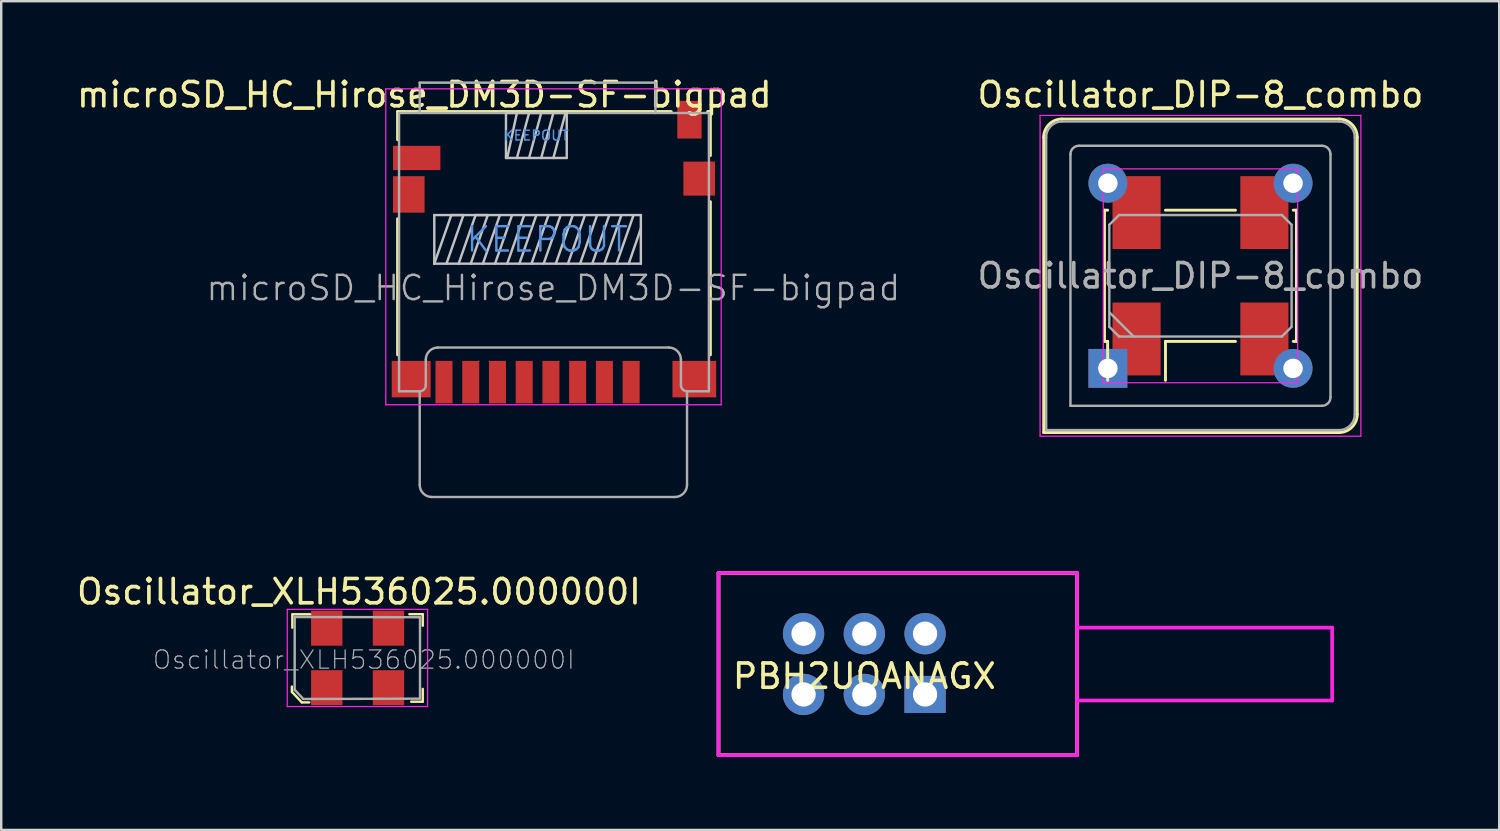
<source format=kicad_pcb>
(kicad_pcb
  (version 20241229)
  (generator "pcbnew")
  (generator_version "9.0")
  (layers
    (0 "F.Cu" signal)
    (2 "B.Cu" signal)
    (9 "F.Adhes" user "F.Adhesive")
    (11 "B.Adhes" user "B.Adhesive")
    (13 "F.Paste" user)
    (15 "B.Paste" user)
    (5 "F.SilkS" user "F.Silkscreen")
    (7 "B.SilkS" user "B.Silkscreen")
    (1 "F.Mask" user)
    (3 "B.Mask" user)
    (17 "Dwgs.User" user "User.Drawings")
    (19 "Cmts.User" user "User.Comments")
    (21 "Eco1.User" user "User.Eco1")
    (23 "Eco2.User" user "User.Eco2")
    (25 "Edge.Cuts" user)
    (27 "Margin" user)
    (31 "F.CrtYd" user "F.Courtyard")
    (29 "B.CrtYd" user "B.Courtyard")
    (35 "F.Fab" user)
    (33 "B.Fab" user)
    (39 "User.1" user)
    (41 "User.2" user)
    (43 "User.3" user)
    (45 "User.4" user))
  (footprint "PBH2UOANAGX"
    (layer "F.Cu")
    (at 32.515 24.275)
    (property "Reference" "PBH2UOANAGX" (at 0 0.5 0) (layer "F.SilkS") (effects (font (size 1 1) (thickness 0.15))))
    (attr through_hole)
    (fp_line (start -6 3.75) (end -6 -3.75) (stroke (width 0.15) (type solid)) (layer "F.SilkS"))
    (fp_line (start 8.75 -3.75) (end -6 -3.75) (stroke (width 0.15) (type solid)) (layer "F.SilkS"))
    (fp_line (start 8.75 3.75) (end -6 3.75) (stroke (width 0.15) (type solid)) (layer "F.SilkS"))
    (fp_line (start 8.75 3.75) (end 8.75 -3.75) (stroke (width 0.15) (type solid)) (layer "F.SilkS"))
    (fp_line (start -6 -3.75) (end 8.75 -3.75) (stroke (width 0.15) (type solid)) (layer "F.CrtYd"))
    (fp_line (start -6 3.75) (end -6 -3.75) (stroke (width 0.15) (type solid)) (layer "F.CrtYd"))
    (fp_line (start 8.75 -3.75) (end 8.75 3.75) (stroke (width 0.15) (type solid)) (layer "F.CrtYd"))
    (fp_line (start 8.75 -1.5) (end 19.25 -1.5) (stroke (width 0.15) (type solid)) (layer "F.CrtYd"))
    (fp_line (start 8.75 3.75) (end -6 3.75) (stroke (width 0.15) (type solid)) (layer "F.CrtYd"))
    (fp_line (start 19.25 -1.5) (end 19.25 1.5) (stroke (width 0.15) (type solid)) (layer "F.CrtYd"))
    (fp_line (start 19.25 1.5) (end 8.75 1.5) (stroke (width 0.15) (type solid)) (layer "F.CrtYd"))
    (pad "1" thru_hole rect (at 2.5 1.25) (size 1.7 1.524) (drill 1) (layers "*.Cu" "*.Mask"))
    (pad "2" thru_hole circle (at 0 1.25) (size 1.7 1.7) (drill 1) (layers "*.Cu" "*.Mask"))
    (pad "3" thru_hole circle (at -2.5 1.25) (size 1.7 1.7) (drill 1) (layers "*.Cu" "*.Mask"))
    (pad "4" thru_hole circle (at 2.5 -1.25) (size 1.7 1.7) (drill 1) (layers "*.Cu" "*.Mask"))
    (pad "5" thru_hole circle (at 0 -1.25) (size 1.7 1.7) (drill 1) (layers "*.Cu" "*.Mask"))
    (pad "6" thru_hole circle (at -2.5 -1.25) (size 1.7 1.7) (drill 1) (layers "*.Cu" "*.Mask")))
  (footprint "Oscillator_DIP-8_combo"
    (layer "F.Cu")
    (at 42.537 12.108)
    (property "Reference" "Oscillator_DIP-8_combo" (at 3.81 -11.26 0) (layer "F.SilkS") (effects (font (size 1 1) (thickness 0.15))))
    (attr through_hole)
    (fp_line (start -2.64 -9.51) (end -2.64 2.64) (stroke (width 0.12) (type solid)) (layer "F.SilkS"))
    (fp_line (start -2.64 2.64) (end 9.51 2.64) (stroke (width 0.12) (type solid)) (layer "F.SilkS"))
    (fp_line (start -0.14 -6.51) (end -0.01 -6.51) (stroke (width 0.12) (type solid)) (layer "F.SilkS"))
    (fp_line (start -0.14 -1.11) (end -0.14 -6.51) (stroke (width 0.12) (type solid)) (layer "F.SilkS"))
    (fp_line (start -0.01 -1.11) (end -0.14 -1.11) (stroke (width 0.12) (type solid)) (layer "F.SilkS"))
    (fp_line (start -0.01 0.49) (end -0.01 -1.11) (stroke (width 0.12) (type solid)) (layer "F.SilkS"))
    (fp_line (start 2.37 -6.51) (end 5.25 -6.51) (stroke (width 0.12) (type solid)) (layer "F.SilkS"))
    (fp_line (start 2.37 -1.11) (end 2.37 0.49) (stroke (width 0.12) (type solid)) (layer "F.SilkS"))
    (fp_line (start 5.25 -1.11) (end 2.37 -1.11) (stroke (width 0.12) (type solid)) (layer "F.SilkS"))
    (fp_line (start 7.63 -6.51) (end 7.76 -6.51) (stroke (width 0.12) (type solid)) (layer "F.SilkS"))
    (fp_line (start 7.76 -6.51) (end 7.76 -1.11) (stroke (width 0.12) (type solid)) (layer "F.SilkS"))
    (fp_line (start 7.76 -1.11) (end 7.63 -1.11) (stroke (width 0.12) (type solid)) (layer "F.SilkS"))
    (fp_line (start 9.51 -10.26) (end -1.89 -10.26) (stroke (width 0.12) (type solid)) (layer "F.SilkS"))
    (fp_line (start 10.26 1.89) (end 10.26 -9.51) (stroke (width 0.12) (type solid)) (layer "F.SilkS"))
    (fp_arc (start -2.64 -9.51) (mid -2.42033 -10.04033) (end -1.89 -10.26) (stroke (width 0.12) (type solid)) (layer "F.SilkS"))
    (fp_arc (start 9.51 -10.26) (mid 10.04033 -10.04033) (end 10.26 -9.51) (stroke (width 0.12) (type solid)) (layer "F.SilkS"))
    (fp_arc (start 10.26 1.89) (mid 10.04033 2.42033) (end 9.51 2.64) (stroke (width 0.12) (type solid)) (layer "F.SilkS"))
    (fp_line (start -2.79 -10.41) (end -2.79 2.79) (stroke (width 0.05) (type solid)) (layer "F.CrtYd"))
    (fp_line (start -2.79 2.79) (end 10.41 2.79) (stroke (width 0.05) (type solid)) (layer "F.CrtYd"))
    (fp_line (start -0.19 -8.21) (end -0.19 0.59) (stroke (width 0.05) (type solid)) (layer "F.CrtYd"))
    (fp_line (start -0.19 0.59) (end 7.81 0.59) (stroke (width 0.05) (type solid)) (layer "F.CrtYd"))
    (fp_line (start 7.81 -8.21) (end -0.19 -8.21) (stroke (width 0.05) (type solid)) (layer "F.CrtYd"))
    (fp_line (start 7.81 0.59) (end 7.81 -8.21) (stroke (width 0.05) (type solid)) (layer "F.CrtYd"))
    (fp_line (start 10.41 -10.41) (end -2.79 -10.41) (stroke (width 0.05) (type solid)) (layer "F.CrtYd"))
    (fp_line (start 10.41 2.79) (end 10.41 -10.41) (stroke (width 0.05) (type solid)) (layer "F.CrtYd"))
    (fp_line (start -2.54 2.54) (end -2.54 -9.51) (stroke (width 0.1) (type solid)) (layer "F.Fab"))
    (fp_line (start -2.54 2.54) (end 9.51 2.54) (stroke (width 0.1) (type solid)) (layer "F.Fab"))
    (fp_line (start -1.89 -10.16) (end 9.51 -10.16) (stroke (width 0.1) (type solid)) (layer "F.Fab"))
    (fp_line (start -1.54 1.54) (end -1.54 -8.81) (stroke (width 0.1) (type solid)) (layer "F.Fab"))
    (fp_line (start -1.54 1.54) (end 8.81 1.54) (stroke (width 0.1) (type solid)) (layer "F.Fab"))
    (fp_line (start -1.19 -9.16) (end 8.81 -9.16) (stroke (width 0.1) (type solid)) (layer "F.Fab"))
    (fp_line (start 0.06 -5.91) (end 0.46 -6.31) (stroke (width 0.1) (type solid)) (layer "F.Fab"))
    (fp_line (start 0.06 -2.31) (end 1.06 -1.31) (stroke (width 0.1) (type solid)) (layer "F.Fab"))
    (fp_line (start 0.06 -1.71) (end 0.06 -5.91) (stroke (width 0.1) (type solid)) (layer "F.Fab"))
    (fp_line (start 0.46 -6.31) (end 7.16 -6.31) (stroke (width 0.1) (type solid)) (layer "F.Fab"))
    (fp_line (start 0.46 -1.31) (end 0.06 -1.71) (stroke (width 0.1) (type solid)) (layer "F.Fab"))
    (fp_line (start 7.16 -6.31) (end 7.56 -5.91) (stroke (width 0.1) (type solid)) (layer "F.Fab"))
    (fp_line (start 7.16 -1.31) (end 0.46 -1.31) (stroke (width 0.1) (type solid)) (layer "F.Fab"))
    (fp_line (start 7.56 -5.91) (end 7.56 -1.71) (stroke (width 0.1) (type solid)) (layer "F.Fab"))
    (fp_line (start 7.56 -1.71) (end 7.16 -1.31) (stroke (width 0.1) (type solid)) (layer "F.Fab"))
    (fp_line (start 9.16 1.19) (end 9.16 -8.81) (stroke (width 0.1) (type solid)) (layer "F.Fab"))
    (fp_line (start 10.16 -9.51) (end 10.16 1.89) (stroke (width 0.1) (type solid)) (layer "F.Fab"))
    (fp_arc (start -2.54 -9.51) (mid -2.349619 -9.969619) (end -1.89 -10.16) (stroke (width 0.1) (type solid)) (layer "F.Fab"))
    (fp_arc (start -1.54 -8.81) (mid -1.437487 -9.057487) (end -1.19 -9.16) (stroke (width 0.1) (type solid)) (layer "F.Fab"))
    (fp_arc (start 8.81 -9.16) (mid 9.057487 -9.057487) (end 9.16 -8.81) (stroke (width 0.1) (type solid)) (layer "F.Fab"))
    (fp_arc (start 9.16 1.19) (mid 9.057487 1.437487) (end 8.81 1.54) (stroke (width 0.1) (type solid)) (layer "F.Fab"))
    (fp_arc (start 9.51 -10.16) (mid 9.969619 -9.969619) (end 10.16 -9.51) (stroke (width 0.1) (type solid)) (layer "F.Fab"))
    (fp_arc (start 10.16 1.89) (mid 9.969619 2.349619) (end 9.51 2.54) (stroke (width 0.1) (type solid)) (layer "F.Fab"))
    (fp_text user "${REFERENCE}" (at 3.81 -3.81 0) (layer "F.Fab") (effects (font (size 1 1) (thickness 0.15))))
    (pad "1" thru_hole rect (at 0 0) (size 1.6 1.6) (drill 0.8) (layers "*.Cu" "*.Mask"))
    (pad "1" smd rect (at 1.18 -1.21) (size 1.98 3) (layers "F.Cu" "F.Mask" "F.Paste"))
    (pad "4" smd rect (at 6.44 -1.21) (size 1.98 3) (layers "F.Cu" "F.Mask" "F.Paste"))
    (pad "4" thru_hole circle (at 7.62 0) (size 1.6 1.6) (drill 0.8) (layers "*.Cu" "*.Mask"))
    (pad "5" smd rect (at 6.44 -6.41) (size 1.98 3) (layers "F.Cu" "F.Mask" "F.Paste"))
    (pad "5" thru_hole circle (at 7.62 -7.62) (size 1.6 1.6) (drill 0.8) (layers "*.Cu" "*.Mask"))
    (pad "8" thru_hole circle (at 0 -7.62) (size 1.6 1.6) (drill 0.8) (layers "*.Cu" "*.Mask"))
    (pad "8" smd rect (at 1.18 -6.41) (size 1.98 3) (layers "F.Cu" "F.Mask" "F.Paste")))
  (footprint "Oscillator_XLH536025.000000I"
    (layer "F.Cu")
    (at 10.395 25.148)
    (property "Reference" "Oscillator_XLH536025.000000I" (at 1.325 -3.85 0) (layer "F.SilkS") (effects (font (size 1 1) (thickness 0.15))))
    (attr smd)
    (fp_line (start -1.435 0.278) (end -1.435 0.053) (stroke (width 0.1) (type solid)) (layer "F.SilkS"))
    (fp_line (start -1.426 0.279) (end -1.026 0.704) (stroke (width 0.1) (type solid)) (layer "F.SilkS"))
    (fp_line (start -1.415 -2.372) (end -1.415 -2.922) (stroke (width 0.1) (type solid)) (layer "F.SilkS"))
    (fp_line (start -1.026 0.704) (end -0.719 0.704) (stroke (width 0.1) (type solid)) (layer "F.SilkS"))
    (fp_line (start -0.681 -2.921) (end -1.406 -2.921) (stroke (width 0.1) (type solid)) (layer "F.SilkS"))
    (fp_line (start 3.4 -2.925) (end 3.95 -2.925) (stroke (width 0.1) (type solid)) (layer "F.SilkS"))
    (fp_line (start 3.95 -2.925) (end 3.95 -2.45) (stroke (width 0.1) (type solid)) (layer "F.SilkS"))
    (fp_line (start 3.95 0.15) (end 3.95 0.675) (stroke (width 0.1) (type solid)) (layer "F.SilkS"))
    (fp_line (start 3.95 0.675) (end 3.475 0.675) (stroke (width 0.1) (type solid)) (layer "F.SilkS"))
    (fp_line (start -1.625 -3.125) (end 4.15 -3.125) (stroke (width 0.05) (type solid)) (layer "F.CrtYd"))
    (fp_line (start -1.625 0.875) (end -1.625 -3.125) (stroke (width 0.05) (type solid)) (layer "F.CrtYd"))
    (fp_line (start 4.15 -3.125) (end 4.15 0.875) (stroke (width 0.05) (type solid)) (layer "F.CrtYd"))
    (fp_line (start 4.15 0.875) (end -1.625 0.875) (stroke (width 0.05) (type solid)) (layer "F.CrtYd"))
    (fp_line (start -1.321 0.201) (end -1.318 -2.812) (stroke (width 0.1) (type solid)) (layer "F.Fab"))
    (fp_line (start -1.32 0.184) (end -0.97 0.559) (stroke (width 0.1) (type solid)) (layer "F.Fab"))
    (fp_line (start -1.303 -2.809) (end 3.837 -2.8) (stroke (width 0.1) (type solid)) (layer "F.Fab"))
    (fp_line (start -0.973 0.564) (end 3.837 0.55) (stroke (width 0.1) (type solid)) (layer "F.Fab"))
    (fp_line (start 3.837 -2.8) (end 3.837 0.55) (stroke (width 0.1) (type solid)) (layer "F.Fab"))
    (fp_text user "${REFERENCE}" (at 1.525 -1.05 0) (layer "F.Fab") (effects (font (size 0.75 0.75) (thickness 0.05))))
    (pad "1" smd rect (at 0 0.1) (size 1.29 1.44) (layers "F.Cu" "F.Mask" "F.Paste"))
    (pad "2" smd rect (at 2.54 0.1) (size 1.29 1.44) (layers "F.Cu" "F.Mask" "F.Paste"))
    (pad "3" smd rect (at 2.54 -2.35) (size 1.29 1.44) (layers "F.Cu" "F.Mask" "F.Paste"))
    (pad "4" smd rect (at 0 -2.35) (size 1.29 1.44) (layers "F.Cu" "F.Mask" "F.Paste")))
  (footprint "microSD_HC_Hirose_DM3D-SF-bigpad"
    (layer "F.Cu")
    (at 19.745 7.325)
    (property "Reference" "microSD_HC_Hirose_DM3D-SF-bigpad" (at -5.334 -6.477 0) (layer "F.SilkS") (effects (font (size 1 1) (thickness 0.15))))
    (attr smd)
    (fp_line (start -6.435 -5.785) (end 4.825 -5.785) (stroke (width 0.12) (type solid)) (layer "F.SilkS"))
    (fp_line (start -6.435 -4.625) (end -6.435 -5.785) (stroke (width 0.12) (type solid)) (layer "F.SilkS"))
    (fp_line (start -6.435 -1.375) (end -6.435 4.225) (stroke (width 0.12) (type solid)) (layer "F.SilkS"))
    (fp_line (start 6.325 -5.785) (end 6.435 -5.785) (stroke (width 0.12) (type solid)) (layer "F.SilkS"))
    (fp_line (start 6.435 -5.785) (end 6.435 -3.975) (stroke (width 0.12) (type solid)) (layer "F.SilkS"))
    (fp_line (start 6.435 -2.075) (end 6.435 4.225) (stroke (width 0.12) (type solid)) (layer "F.SilkS"))
    (fp_line (start -4.925 -1.525) (end -4.925 0.475) (stroke (width 0.1) (type solid)) (layer "Dwgs.User"))
    (fp_line (start -4.925 -1.525) (end 3.575 -1.525) (stroke (width 0.1) (type solid)) (layer "Dwgs.User"))
    (fp_line (start -4.925 0.475) (end -4.225 -1.525) (stroke (width 0.1) (type solid)) (layer "Dwgs.User"))
    (fp_line (start -4.925 0.475) (end 3.575 0.475) (stroke (width 0.1) (type solid)) (layer "Dwgs.User"))
    (fp_line (start -4.425 0.475) (end -3.725 -1.525) (stroke (width 0.1) (type solid)) (layer "Dwgs.User"))
    (fp_line (start -4.225 -1.525) (end -3.725 -1.525) (stroke (width 0.1) (type solid)) (layer "Dwgs.User"))
    (fp_line (start -3.925 0.475) (end -3.225 -1.525) (stroke (width 0.1) (type solid)) (layer "Dwgs.User"))
    (fp_line (start -3.425 0.475) (end -2.725 -1.525) (stroke (width 0.1) (type solid)) (layer "Dwgs.User"))
    (fp_line (start -3.225 -1.525) (end -2.725 -1.525) (stroke (width 0.1) (type solid)) (layer "Dwgs.User"))
    (fp_line (start -2.925 0.475) (end -2.225 -1.525) (stroke (width 0.1) (type solid)) (layer "Dwgs.User"))
    (fp_line (start -2.425 0.475) (end -1.725 -1.525) (stroke (width 0.1) (type solid)) (layer "Dwgs.User"))
    (fp_line (start -1.975 -5.725) (end -1.975 -3.875) (stroke (width 0.1) (type solid)) (layer "Dwgs.User"))
    (fp_line (start -1.925 -3.875) (end -1.525 -5.725) (stroke (width 0.1) (type solid)) (layer "Dwgs.User"))
    (fp_line (start -1.925 0.475) (end -1.225 -1.525) (stroke (width 0.1) (type solid)) (layer "Dwgs.User"))
    (fp_line (start -1.425 0.475) (end -0.725 -1.525) (stroke (width 0.1) (type solid)) (layer "Dwgs.User"))
    (fp_line (start -1.025 -5.725) (end -1.525 -3.875) (stroke (width 0.1) (type solid)) (layer "Dwgs.User"))
    (fp_line (start -1.025 -3.875) (end -0.525 -5.725) (stroke (width 0.1) (type solid)) (layer "Dwgs.User"))
    (fp_line (start -0.925 0.475) (end -0.225 -1.525) (stroke (width 0.1) (type solid)) (layer "Dwgs.User"))
    (fp_line (start -0.425 0.475) (end 0.275 -1.525) (stroke (width 0.1) (type solid)) (layer "Dwgs.User"))
    (fp_line (start -0.025 -5.725) (end -0.525 -3.875) (stroke (width 0.1) (type solid)) (layer "Dwgs.User"))
    (fp_line (start -0.025 -3.875) (end 0.475 -5.725) (stroke (width 0.1) (type solid)) (layer "Dwgs.User"))
    (fp_line (start 0.075 0.475) (end 0.775 -1.525) (stroke (width 0.1) (type solid)) (layer "Dwgs.User"))
    (fp_line (start 0.525 -5.725) (end -1.975 -5.725) (stroke (width 0.1) (type solid)) (layer "Dwgs.User"))
    (fp_line (start 0.525 -3.875) (end -1.975 -3.875) (stroke (width 0.1) (type solid)) (layer "Dwgs.User"))
    (fp_line (start 0.525 -3.875) (end 0.525 -5.725) (stroke (width 0.1) (type solid)) (layer "Dwgs.User"))
    (fp_line (start 0.575 0.475) (end 1.275 -1.525) (stroke (width 0.1) (type solid)) (layer "Dwgs.User"))
    (fp_line (start 1.075 0.475) (end 1.775 -1.525) (stroke (width 0.1) (type solid)) (layer "Dwgs.User"))
    (fp_line (start 1.575 0.475) (end 2.275 -1.525) (stroke (width 0.1) (type solid)) (layer "Dwgs.User"))
    (fp_line (start 2.075 0.475) (end 2.775 -1.525) (stroke (width 0.1) (type solid)) (layer "Dwgs.User"))
    (fp_line (start 2.575 0.475) (end 3.275 -1.525) (stroke (width 0.1) (type solid)) (layer "Dwgs.User"))
    (fp_line (start 3.075 0.475) (end 3.575 -0.975) (stroke (width 0.1) (type solid)) (layer "Dwgs.User"))
    (fp_line (start 3.575 0.475) (end 3.575 -1.525) (stroke (width 0.1) (type solid)) (layer "Dwgs.User"))
    (fp_line (start -6.92 -6.72) (end 6.88 -6.72) (stroke (width 0.05) (type solid)) (layer "F.CrtYd"))
    (fp_line (start -6.92 6.28) (end -6.92 -6.72) (stroke (width 0.05) (type solid)) (layer "F.CrtYd"))
    (fp_line (start 6.88 -6.72) (end 6.88 6.28) (stroke (width 0.05) (type solid)) (layer "F.CrtYd"))
    (fp_line (start 6.88 6.28) (end -6.92 6.28) (stroke (width 0.05) (type solid)) (layer "F.CrtYd"))
    (fp_line (start -6.375 -5.725) (end 6.375 -5.725) (stroke (width 0.1) (type solid)) (layer "F.Fab"))
    (fp_line (start -6.375 5.725) (end -6.375 -5.725) (stroke (width 0.1) (type solid)) (layer "F.Fab"))
    (fp_line (start -6.375 5.725) (end -5.525 5.725) (stroke (width 0.1) (type solid)) (layer "F.Fab"))
    (fp_line (start -5.525 -6.975) (end 4.175 -6.975) (stroke (width 0.1) (type solid)) (layer "F.Fab"))
    (fp_line (start -5.525 -5.725) (end -5.525 -6.975) (stroke (width 0.1) (type solid)) (layer "F.Fab"))
    (fp_line (start -5.525 5.725) (end -5.525 9.575) (stroke (width 0.1) (type solid)) (layer "F.Fab"))
    (fp_line (start -5.275 5.475) (end -5.275 4.425) (stroke (width 0.1) (type solid)) (layer "F.Fab"))
    (fp_line (start -5.025 10.075) (end 4.975 10.075) (stroke (width 0.1) (type solid)) (layer "F.Fab"))
    (fp_line (start -4.775 3.925) (end 4.725 3.925) (stroke (width 0.1) (type solid)) (layer "F.Fab"))
    (fp_line (start 4.175 -5.725) (end 4.175 -6.975) (stroke (width 0.1) (type solid)) (layer "F.Fab"))
    (fp_line (start 5.225 5.475) (end 5.225 4.425) (stroke (width 0.1) (type solid)) (layer "F.Fab"))
    (fp_line (start 5.475 5.725) (end 6.375 5.725) (stroke (width 0.1) (type solid)) (layer "F.Fab"))
    (fp_line (start 5.475 9.575) (end 5.475 5.725) (stroke (width 0.1) (type solid)) (layer "F.Fab"))
    (fp_line (start 6.375 5.725) (end 6.375 -5.725) (stroke (width 0.1) (type solid)) (layer "F.Fab"))
    (fp_arc (start -5.275 4.425) (mid -5.128553 4.071447) (end -4.775 3.925) (stroke (width 0.1) (type solid)) (layer "F.Fab"))
    (fp_arc (start -5.275 5.475) (mid -5.348223 5.651777) (end -5.525 5.725) (stroke (width 0.1) (type solid)) (layer "F.Fab"))
    (fp_arc (start -5.025 10.075) (mid -5.378553 9.928553) (end -5.525 9.575) (stroke (width 0.1) (type solid)) (layer "F.Fab"))
    (fp_arc (start 4.725 3.925) (mid 5.078553 4.071447) (end 5.225 4.425) (stroke (width 0.1) (type solid)) (layer "F.Fab"))
    (fp_arc (start 5.475 5.725) (mid 5.298223 5.651777) (end 5.225 5.475) (stroke (width 0.1) (type solid)) (layer "F.Fab"))
    (fp_arc (start 5.475 9.575) (mid 5.328553 9.928553) (end 4.975 10.075) (stroke (width 0.1) (type solid)) (layer "F.Fab"))
    (fp_text user "KEEPOUT" (at -0.275 -0.525 0) (layer "Cmts.User") (effects (font (size 1 1) (thickness 0.1))))
    (fp_text user "KEEPOUT" (at -0.725 -4.8 0) (layer "Cmts.User") (effects (font (size 0.4 0.4) (thickness 0.06))))
    (fp_text user "${REFERENCE}" (at -0.025 1.475 0) (layer "F.Fab") (effects (font (size 1 1) (thickness 0.1))))
    (pad "1" smd rect (at 3.175 5.35) (size 0.7 1.75) (layers "F.Cu" "F.Mask" "F.Paste"))
    (pad "2" smd rect (at 2.075 5.35) (size 0.7 1.75) (layers "F.Cu" "F.Mask" "F.Paste"))
    (pad "3" smd rect (at 0.975 5.35) (size 0.7 1.75) (layers "F.Cu" "F.Mask" "F.Paste"))
    (pad "4" smd rect (at -0.125 5.35) (size 0.7 1.75) (layers "F.Cu" "F.Mask" "F.Paste"))
    (pad "5" smd rect (at -1.225 5.35) (size 0.7 1.75) (layers "F.Cu" "F.Mask" "F.Paste"))
    (pad "6" smd rect (at -2.325 5.35) (size 0.7 1.75) (layers "F.Cu" "F.Mask" "F.Paste"))
    (pad "7" smd rect (at -3.425 5.35) (size 0.7 1.75) (layers "F.Cu" "F.Mask" "F.Paste"))
    (pad "8" smd rect (at -4.525 5.35) (size 0.7 1.75) (layers "F.Cu" "F.Mask" "F.Paste"))
    (pad "9" smd rect (at -5.65 -3.875) (size 1.95 1) (layers "F.Cu" "F.Mask" "F.Paste"))
    (pad "10" smd rect (at 5.575 -5.45) (size 1 1.55) (layers "F.Cu" "F.Mask" "F.Paste"))
    (pad "11" smd rect (at -5.975 -2.375) (size 1.3 1.5) (layers "F.Cu" "F.Mask" "F.Paste"))
    (pad "11" smd rect (at -5.875 5.225) (size 1.6 1.5) (layers "F.Cu" "F.Mask" "F.Paste"))
    (pad "11" smd rect (at 5.775 5.225) (size 1.8 1.5) (layers "F.Cu" "F.Mask" "F.Paste"))
    (pad "11" smd rect (at 5.975 -3.025) (size 1.3 1.4) (layers "F.Cu" "F.Mask" "F.Paste")))
  (gr_rect
    (start -3 -3)
    (end 58.639 31.1)
    (stroke (width 0.1) (type default))
    (fill no)
    (layer "Edge.Cuts")))
</source>
